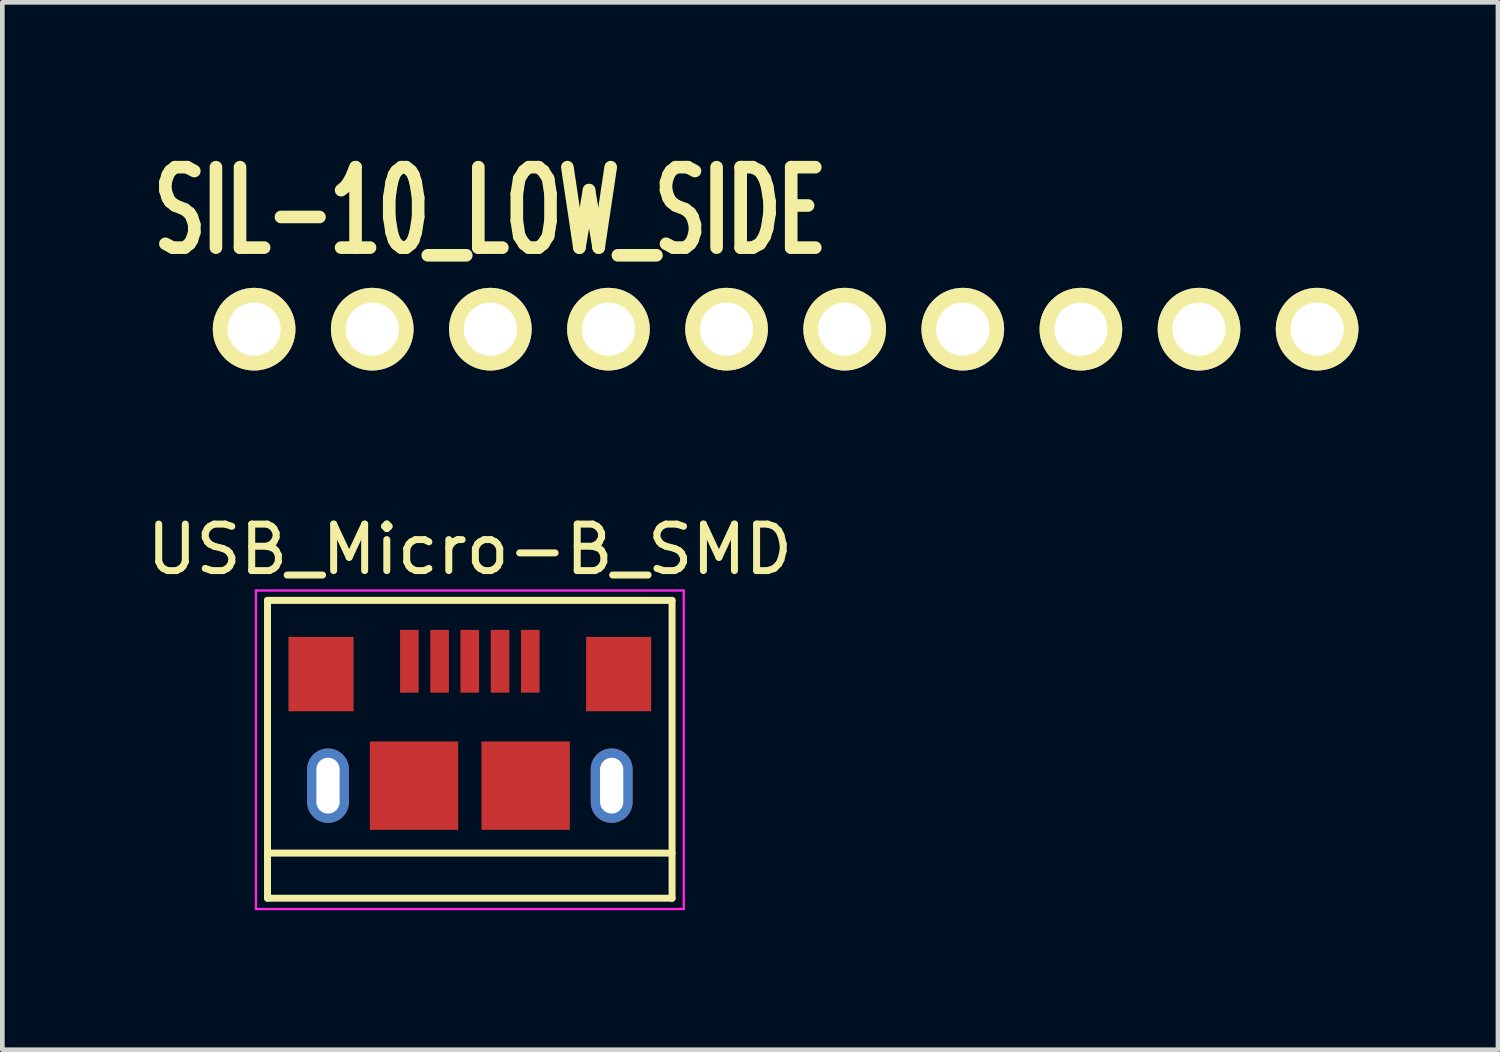
<source format=kicad_pcb>
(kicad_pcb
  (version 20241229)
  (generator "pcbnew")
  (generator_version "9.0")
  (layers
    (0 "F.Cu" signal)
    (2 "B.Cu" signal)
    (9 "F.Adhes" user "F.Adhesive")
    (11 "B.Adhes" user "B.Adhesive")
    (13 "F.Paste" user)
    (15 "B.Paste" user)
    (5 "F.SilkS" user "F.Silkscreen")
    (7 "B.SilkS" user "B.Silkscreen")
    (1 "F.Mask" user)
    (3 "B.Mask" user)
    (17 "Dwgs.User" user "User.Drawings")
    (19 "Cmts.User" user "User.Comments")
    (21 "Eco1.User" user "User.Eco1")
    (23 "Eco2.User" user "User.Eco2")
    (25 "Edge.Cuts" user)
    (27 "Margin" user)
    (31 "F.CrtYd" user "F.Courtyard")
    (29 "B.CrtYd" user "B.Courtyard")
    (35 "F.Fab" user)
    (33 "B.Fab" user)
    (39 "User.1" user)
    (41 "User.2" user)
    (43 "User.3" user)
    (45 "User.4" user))
  (footprint "SIL-10_LOW_SIDE"
    (layer "F.Cu")
    (at 13.845 4.029)
    (property "Reference" "SIL-10_LOW_SIDE" (at -6.35 -2.54 0) (layer "F.SilkS") (effects (font (size 1.73 1.087) (thickness 0.272))))
    (attr smd)
    (pad "1" thru_hole circle (at -11.43 0) (size 1.778 1.778) (drill 1.143) (layers "*.Cu" "*.Mask" "F.SilkS"))
    (pad "2" thru_hole circle (at -8.89 0) (size 1.778 1.778) (drill 1.143) (layers "*.Cu" "*.Mask" "F.SilkS"))
    (pad "3" thru_hole circle (at -6.35 0) (size 1.778 1.778) (drill 1.143) (layers "*.Cu" "*.Mask" "F.SilkS"))
    (pad "4" thru_hole circle (at -3.81 0) (size 1.778 1.778) (drill 1.143) (layers "*.Cu" "*.Mask" "F.SilkS"))
    (pad "5" thru_hole circle (at -1.27 0) (size 1.778 1.778) (drill 1.143) (layers "*.Cu" "*.Mask" "F.SilkS"))
    (pad "6" thru_hole circle (at 1.27 0) (size 1.778 1.778) (drill 1.143) (layers "*.Cu" "*.Mask" "F.SilkS"))
    (pad "7" thru_hole circle (at 3.81 0) (size 1.778 1.778) (drill 1.143) (layers "*.Cu" "*.Mask" "F.SilkS"))
    (pad "8" thru_hole circle (at 6.35 0) (size 1.778 1.778) (drill 1.143) (layers "*.Cu" "*.Mask" "F.SilkS"))
    (pad "9" thru_hole circle (at 8.89 0) (size 1.778 1.778) (drill 1.143) (layers "*.Cu" "*.Mask" "F.SilkS"))
    (pad "10" thru_hole circle (at 11.43 0) (size 1.778 1.778) (drill 1.143) (layers "*.Cu" "*.Mask" "F.SilkS")))
  (footprint "USB_Micro-B_SMD"
    (layer "F.Cu")
    (at 7.054 13.846)
    (property "Reference" "USB_Micro-B_SMD" (at 0 -5.08 0) (layer "F.SilkS") (effects (font (size 1 1) (thickness 0.15))))
    (attr smd)
    (fp_line (start -4.351 -3.985) (end 4.349 -3.985) (stroke (width 0.15) (type solid)) (layer "F.SilkS"))
    (fp_line (start -4.351 2.42) (end -4.351 -3.985) (stroke (width 0.15) (type solid)) (layer "F.SilkS"))
    (fp_line (start -4.351 2.42) (end 4.349 2.42) (stroke (width 0.15) (type solid)) (layer "F.SilkS"))
    (fp_line (start 4.349 -3.985) (end 4.349 2.42) (stroke (width 0.15) (type solid)) (layer "F.SilkS"))
    (fp_line (start 4.349 1.45) (end -4.351 1.45) (stroke (width 0.15) (type solid)) (layer "F.SilkS"))
    (fp_line (start -4.6 -4.197) (end 4.6 -4.197) (stroke (width 0.05) (type solid)) (layer "F.CrtYd"))
    (fp_line (start -4.6 2.653) (end -4.6 -4.197) (stroke (width 0.05) (type solid)) (layer "F.CrtYd"))
    (fp_line (start 4.6 -4.197) (end 4.6 2.653) (stroke (width 0.05) (type solid)) (layer "F.CrtYd"))
    (fp_line (start 4.6 2.653) (end -4.6 2.653) (stroke (width 0.05) (type solid)) (layer "F.CrtYd"))
    (pad "" smd rect (at -3.2 -2.4 90) (size 1.6 1.4) (layers "F.Cu" "F.Mask" "F.Paste"))
    (pad "" thru_hole oval (at -3.05 0) (size 0.9 1.6) (drill oval 0.5 1.2) (layers "*.Cu" "*.Mask"))
    (pad "" smd rect (at -1.2 0 90) (size 1.9 1.9) (layers "F.Cu" "F.Mask" "F.Paste"))
    (pad "" smd rect (at 1.2 0 90) (size 1.9 1.9) (layers "F.Cu" "F.Mask" "F.Paste"))
    (pad "" thru_hole oval (at 3.05 0) (size 0.9 1.6) (drill oval 0.5 1.2) (layers "*.Cu" "*.Mask"))
    (pad "" smd rect (at 3.2 -2.4 90) (size 1.6 1.4) (layers "F.Cu" "F.Mask" "F.Paste"))
    (pad "1" smd rect (at -1.3 -2.675 90) (size 1.35 0.4) (layers "F.Cu" "F.Mask" "F.Paste"))
    (pad "2" smd rect (at -0.65 -2.675 90) (size 1.35 0.4) (layers "F.Cu" "F.Mask" "F.Paste"))
    (pad "3" smd rect (at -0.001 -2.675 90) (size 1.35 0.4) (layers "F.Cu" "F.Mask" "F.Paste"))
    (pad "4" smd rect (at 0.65 -2.675 90) (size 1.35 0.4) (layers "F.Cu" "F.Mask" "F.Paste"))
    (pad "5" smd rect (at 1.3 -2.675 90) (size 1.35 0.4) (layers "F.Cu" "F.Mask" "F.Paste")))
  (gr_rect
    (start -3 -3)
    (end 29.164 19.524)
    (stroke (width 0.1) (type default))
    (fill no)
    (layer "Edge.Cuts")))
</source>
